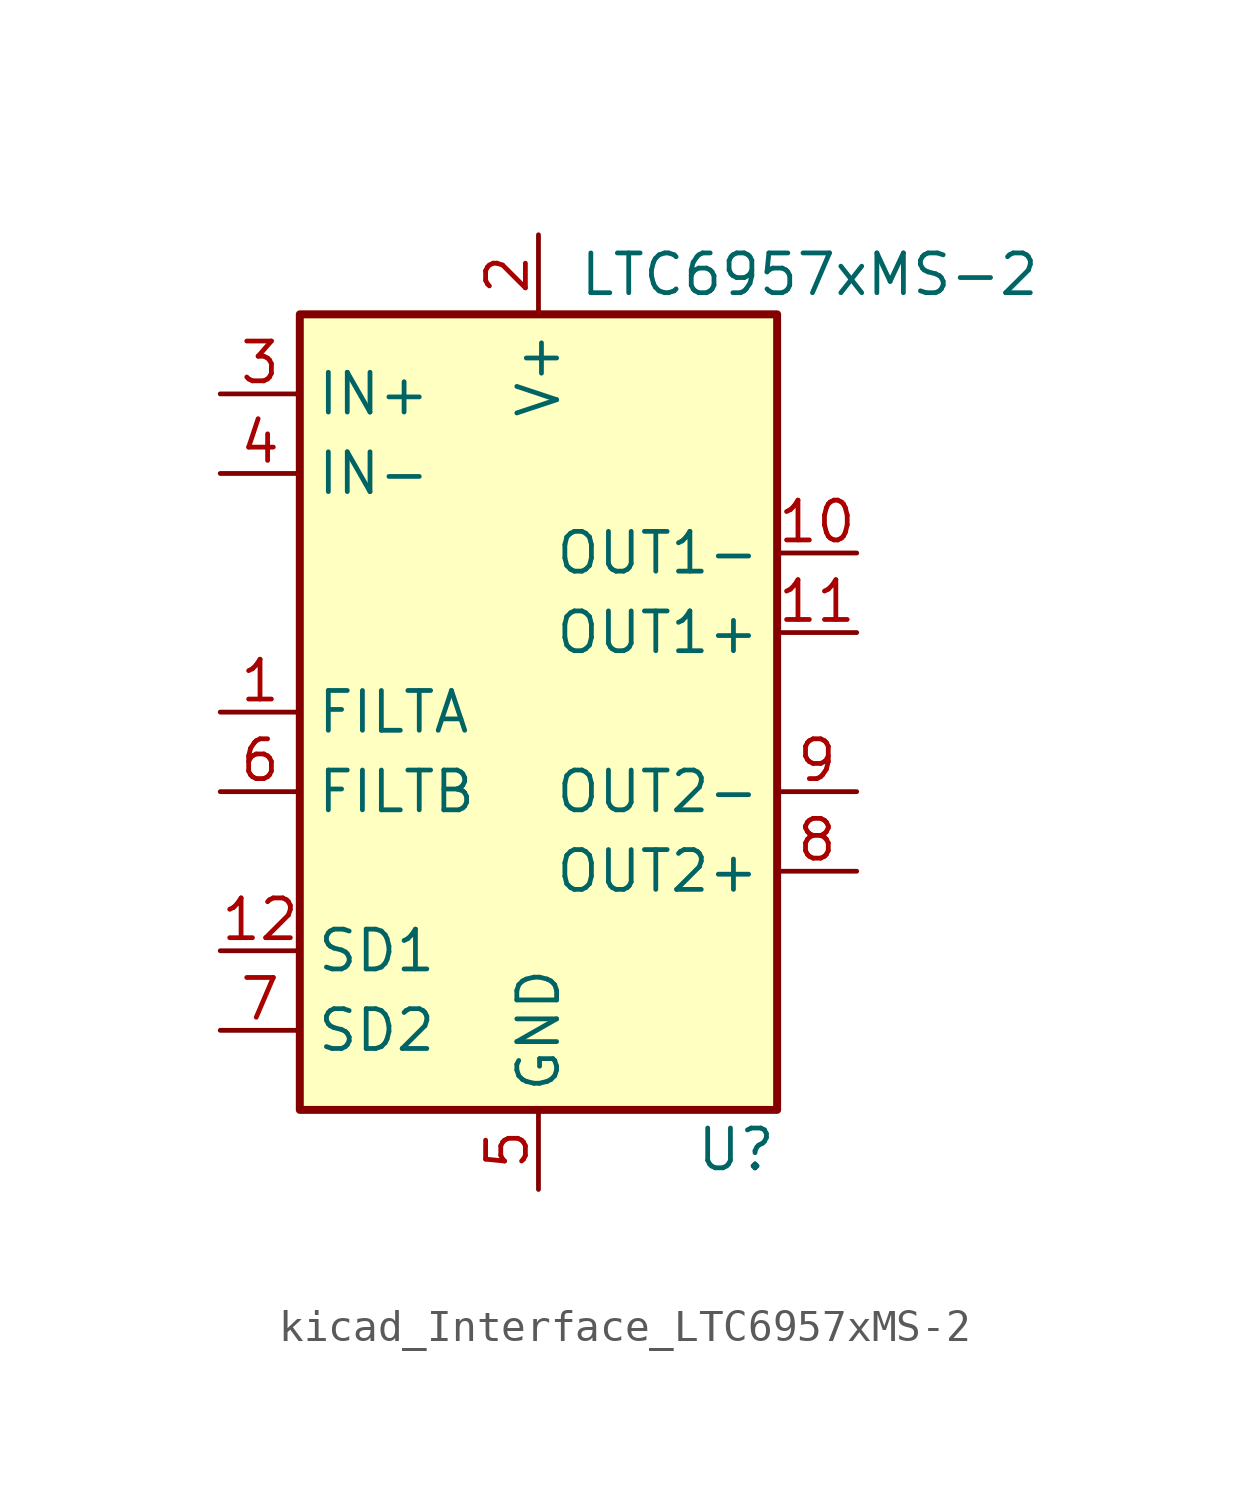
<source format=kicad_sym>
(kicad_symbol_lib
  (version 20220914)
  (generator kicad_symbol_editor)
  (symbol "kicad_Interface_LTC6957xMS-2"
    (property "Reference" "U"
      (at 7.62 -13.97 0)
      (effects (font (size 1.27 1.27)) (justify right)))
    (property "Value" "LTC6957xMS-2"
      (at 1.27 13.97 0)
      (effects (font (size 1.27 1.27)) (justify left)))
    (symbol "kicad_Interface_LTC6957xMS-2_0_1"
      (rectangle (start -7.62 12.7) (end 7.62 -12.7) (stroke (width 0.254) (type default)) (fill (type background))))
    (symbol "kicad_Interface_LTC6957xMS-2_1_1"
      (pin input line (at -10.16 0 0) (length 2.54) (name "FILTA" (effects (font (size 1.27 1.27)))) (number "1" (effects (font (size 1.27 1.27)))))
      (pin output line (at 10.16 5.08 180) (length 2.54) (name "OUT1-" (effects (font (size 1.27 1.27)))) (number "10" (effects (font (size 1.27 1.27)))))
      (pin output line (at 10.16 2.54 180) (length 2.54) (name "OUT1+" (effects (font (size 1.27 1.27)))) (number "11" (effects (font (size 1.27 1.27)))))
      (pin input line (at -10.16 -7.62 0) (length 2.54) (name "SD1" (effects (font (size 1.27 1.27)))) (number "12" (effects (font (size 1.27 1.27)))))
      (pin power_in line (at 0 15.24 270) (length 2.54) (name "V+" (effects (font (size 1.27 1.27)))) (number "2" (effects (font (size 1.27 1.27)))))
      (pin input line (at -10.16 10.16 0) (length 2.54) (name "IN+" (effects (font (size 1.27 1.27)))) (number "3" (effects (font (size 1.27 1.27)))))
      (pin input line (at -10.16 7.62 0) (length 2.54) (name "IN-" (effects (font (size 1.27 1.27)))) (number "4" (effects (font (size 1.27 1.27)))))
      (pin power_in line (at 0 -15.24 90) (length 2.54) (name "GND" (effects (font (size 1.27 1.27)))) (number "5" (effects (font (size 1.27 1.27)))))
      (pin input line (at -10.16 -2.54 0) (length 2.54) (name "FILTB" (effects (font (size 1.27 1.27)))) (number "6" (effects (font (size 1.27 1.27)))))
      (pin input line (at -10.16 -10.16 0) (length 2.54) (name "SD2" (effects (font (size 1.27 1.27)))) (number "7" (effects (font (size 1.27 1.27)))))
      (pin output line (at 10.16 -5.08 180) (length 2.54) (name "OUT2+" (effects (font (size 1.27 1.27)))) (number "8" (effects (font (size 1.27 1.27)))))
      (pin output line (at 10.16 -2.54 180) (length 2.54) (name "OUT2-" (effects (font (size 1.27 1.27)))) (number "9" (effects (font (size 1.27 1.27))))))))
</source>
